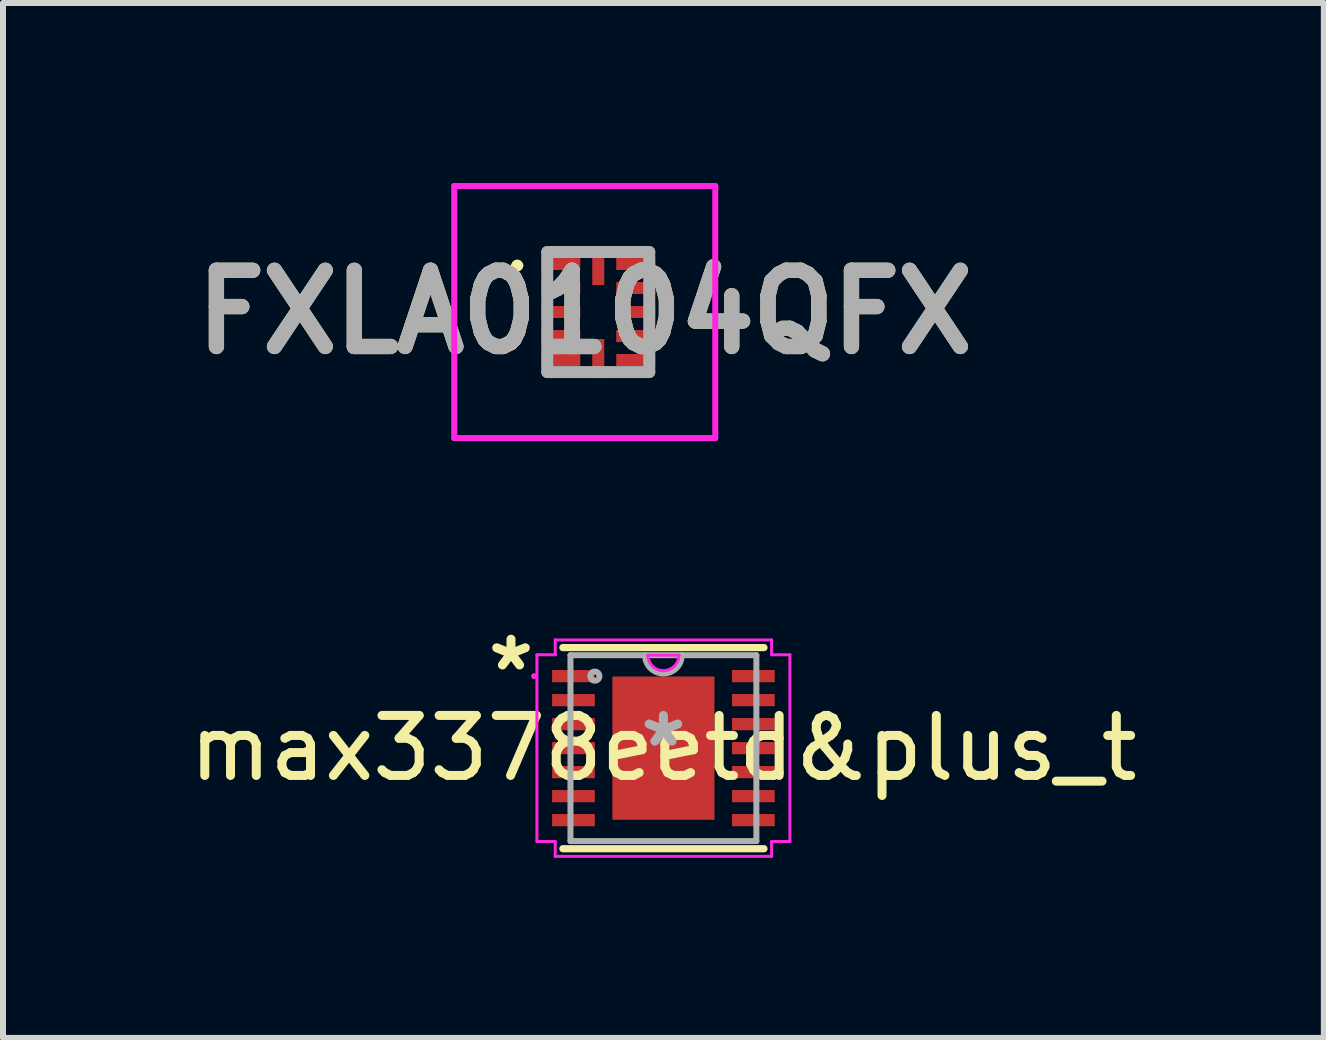
<source format=kicad_pcb>
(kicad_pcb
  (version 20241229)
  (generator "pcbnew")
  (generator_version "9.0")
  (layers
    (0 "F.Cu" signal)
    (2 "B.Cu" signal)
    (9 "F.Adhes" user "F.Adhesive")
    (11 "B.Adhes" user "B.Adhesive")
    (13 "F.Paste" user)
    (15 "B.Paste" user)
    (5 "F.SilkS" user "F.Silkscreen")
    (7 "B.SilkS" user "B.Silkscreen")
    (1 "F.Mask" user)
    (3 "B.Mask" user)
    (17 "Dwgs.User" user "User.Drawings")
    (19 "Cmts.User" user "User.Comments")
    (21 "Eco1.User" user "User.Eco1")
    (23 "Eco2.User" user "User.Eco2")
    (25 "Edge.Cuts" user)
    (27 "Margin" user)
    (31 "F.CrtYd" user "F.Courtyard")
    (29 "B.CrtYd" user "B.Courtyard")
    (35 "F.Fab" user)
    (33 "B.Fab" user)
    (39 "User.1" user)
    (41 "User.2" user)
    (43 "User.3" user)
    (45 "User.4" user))
  (footprint "max3378eetd&plus_t"
    (layer "F.Cu")
    (at 8.006 9.418)
    (property "Reference" "max3378eetd&plus_t" (at 0 0 0) (layer "F.SilkS") (effects (font (size 1 1) (thickness 0.15))))
    (attr smd)
    (fp_line (start -1.676 1.676) (end 1.676 1.676) (stroke (width 0.12) (type solid)) (layer "F.SilkS"))
    (fp_line (start 1.676 -1.676) (end -1.676 -1.676) (stroke (width 0.12) (type solid)) (layer "F.SilkS"))
    (fp_line (start -2.108 -1.556) (end -1.803 -1.556) (stroke (width 0.05) (type solid)) (layer "F.CrtYd"))
    (fp_line (start -2.108 1.556) (end -2.108 -1.556) (stroke (width 0.05) (type solid)) (layer "F.CrtYd"))
    (fp_line (start -1.803 -1.803) (end 1.803 -1.803) (stroke (width 0.05) (type solid)) (layer "F.CrtYd"))
    (fp_line (start -1.803 -1.556) (end -1.803 -1.803) (stroke (width 0.05) (type solid)) (layer "F.CrtYd"))
    (fp_line (start -1.803 1.556) (end -2.108 1.556) (stroke (width 0.05) (type solid)) (layer "F.CrtYd"))
    (fp_line (start -1.803 1.803) (end -1.803 1.556) (stroke (width 0.05) (type solid)) (layer "F.CrtYd"))
    (fp_line (start -0.258 -1.549) (end 0.258 -1.549) (stroke (width 0.05) (type solid)) (layer "F.CrtYd"))
    (fp_line (start 1.803 -1.803) (end 1.803 -1.556) (stroke (width 0.05) (type solid)) (layer "F.CrtYd"))
    (fp_line (start 1.803 -1.556) (end 2.108 -1.556) (stroke (width 0.05) (type solid)) (layer "F.CrtYd"))
    (fp_line (start 1.803 1.556) (end 1.803 1.803) (stroke (width 0.05) (type solid)) (layer "F.CrtYd"))
    (fp_line (start 1.803 1.803) (end -1.803 1.803) (stroke (width 0.05) (type solid)) (layer "F.CrtYd"))
    (fp_line (start 2.108 -1.556) (end 2.108 1.556) (stroke (width 0.05) (type solid)) (layer "F.CrtYd"))
    (fp_line (start 2.108 1.556) (end 1.803 1.556) (stroke (width 0.05) (type solid)) (layer "F.CrtYd"))
    (fp_arc (start 0.258233 -1.5494) (mid 0 -1.291167) (end -0.258233 -1.5494) (stroke (width 0.05) (type solid)) (layer "F.CrtYd"))
    (fp_circle (center -2.156 -1.2) (end -2.156 -1.2) (stroke (width 0.05) (type solid)) (fill no) (layer "F.CrtYd"))
    (fp_line (start -1.549 -1.549) (end -1.549 1.549) (stroke (width 0.1) (type solid)) (layer "F.Fab"))
    (fp_line (start -1.549 1.549) (end 1.549 1.549) (stroke (width 0.1) (type solid)) (layer "F.Fab"))
    (fp_line (start 1.549 -1.549) (end -1.549 -1.549) (stroke (width 0.1) (type solid)) (layer "F.Fab"))
    (fp_line (start 1.549 1.549) (end 1.549 -1.549) (stroke (width 0.1) (type solid)) (layer "F.Fab"))
    (fp_arc (start 0.3048 -1.5494) (mid 0 -1.2446) (end -0.3048 -1.5494) (stroke (width 0.1) (type solid)) (layer "F.Fab"))
    (fp_circle (center -1.143 -1.2) (end -1.067 -1.2) (stroke (width 0.1) (type solid)) (fill no) (layer "F.Fab"))
    (fp_text user "*" (at -2.54 -1.27 0) (layer "F.SilkS") (effects (font (size 1 1) (thickness 0.15))))
    (fp_text user "*" (at 0 0 0) (layer "F.Fab") (effects (font (size 1 1) (thickness 0.15))))
    (pad "1" smd rect (at -1.499 -1.2) (size 0.711 0.203) (layers "F.Cu" "F.Mask" "F.Paste"))
    (pad "2" smd rect (at -1.499 -0.8) (size 0.711 0.203) (layers "F.Cu" "F.Mask" "F.Paste"))
    (pad "3" smd rect (at -1.499 -0.4) (size 0.711 0.203) (layers "F.Cu" "F.Mask" "F.Paste"))
    (pad "4" smd rect (at -1.499 0) (size 0.711 0.203) (layers "F.Cu" "F.Mask" "F.Paste"))
    (pad "5" smd rect (at -1.499 0.4) (size 0.711 0.203) (layers "F.Cu" "F.Mask" "F.Paste"))
    (pad "6" smd rect (at -1.499 0.8) (size 0.711 0.203) (layers "F.Cu" "F.Mask" "F.Paste"))
    (pad "7" smd rect (at -1.499 1.2) (size 0.711 0.203) (layers "F.Cu" "F.Mask" "F.Paste"))
    (pad "8" smd rect (at 1.499 1.2) (size 0.711 0.203) (layers "F.Cu" "F.Mask" "F.Paste"))
    (pad "9" smd rect (at 1.499 0.8) (size 0.711 0.203) (layers "F.Cu" "F.Mask" "F.Paste"))
    (pad "10" smd rect (at 1.499 0.4) (size 0.711 0.203) (layers "F.Cu" "F.Mask" "F.Paste"))
    (pad "11" smd rect (at 1.499 0) (size 0.711 0.203) (layers "F.Cu" "F.Mask" "F.Paste"))
    (pad "12" smd rect (at 1.499 -0.4) (size 0.711 0.203) (layers "F.Cu" "F.Mask" "F.Paste"))
    (pad "13" smd rect (at 1.499 -0.8) (size 0.711 0.203) (layers "F.Cu" "F.Mask" "F.Paste"))
    (pad "14" smd rect (at 1.499 -1.2) (size 0.711 0.203) (layers "F.Cu" "F.Mask" "F.Paste"))
    (pad "15" smd rect (at 0 0) (size 1.702 2.388) (layers "F.Cu" "F.Mask" "F.Paste")))
  (footprint "FXLA0104QFX"
    (layer "F.Cu")
    (at 6.92 2.15)
    (property "Reference" "FXLA0104QFX" (at -0.225 0 0) (layer "F.SilkS") (effects (font (size 1.27 1.27) (thickness 0.254))))
    (attr smd)
    (fp_line (start -1.4 -0.775) (end -1.4 -0.775) (stroke (width 0.1) (type solid)) (layer "F.SilkS"))
    (fp_line (start -1.3 -0.775) (end -1.3 -0.775) (stroke (width 0.1) (type solid)) (layer "F.SilkS"))
    (fp_arc (start -1.4 -0.775) (mid -1.35 -0.825) (end -1.3 -0.775) (stroke (width 0.1) (type solid)) (layer "F.SilkS"))
    (fp_arc (start -1.3 -0.775) (mid -1.35 -0.725) (end -1.4 -0.775) (stroke (width 0.1) (type solid)) (layer "F.SilkS"))
    (fp_line (start -2.4 -2.1) (end 1.95 -2.1) (stroke (width 0.1) (type solid)) (layer "F.CrtYd"))
    (fp_line (start -2.4 2.1) (end -2.4 -2.1) (stroke (width 0.1) (type solid)) (layer "F.CrtYd"))
    (fp_line (start 1.95 -2.1) (end 1.95 2.1) (stroke (width 0.1) (type solid)) (layer "F.CrtYd"))
    (fp_line (start 1.95 2.1) (end -2.4 2.1) (stroke (width 0.1) (type solid)) (layer "F.CrtYd"))
    (fp_line (start -0.85 -1) (end 0.85 -1) (stroke (width 0.2) (type solid)) (layer "F.Fab"))
    (fp_line (start -0.85 1) (end -0.85 -1) (stroke (width 0.2) (type solid)) (layer "F.Fab"))
    (fp_line (start 0.85 -1) (end 0.85 1) (stroke (width 0.2) (type solid)) (layer "F.Fab"))
    (fp_line (start 0.85 1) (end -0.85 1) (stroke (width 0.2) (type solid)) (layer "F.Fab"))
    (fp_text user "${REFERENCE}" (at -0.225 0 0) (layer "F.Fab") (effects (font (size 1.27 1.27) (thickness 0.254))))
    (pad "1" smd rect (at -0.625 -0.8 90) (size 0.2 0.65) (layers "F.Cu" "F.Mask" "F.Paste"))
    (pad "2" smd rect (at -0.625 -0.4 90) (size 0.2 0.65) (layers "F.Cu" "F.Mask" "F.Paste"))
    (pad "3" smd rect (at -0.625 0 90) (size 0.2 0.65) (layers "F.Cu" "F.Mask" "F.Paste"))
    (pad "4" smd rect (at -0.625 0.4 90) (size 0.2 0.65) (layers "F.Cu" "F.Mask" "F.Paste"))
    (pad "5" smd rect (at -0.625 0.8 90) (size 0.2 0.65) (layers "F.Cu" "F.Mask" "F.Paste"))
    (pad "6" smd rect (at 0 0.775) (size 0.2 0.65) (layers "F.Cu" "F.Mask" "F.Paste"))
    (pad "7" smd rect (at 0.625 0.8 90) (size 0.2 0.65) (layers "F.Cu" "F.Mask" "F.Paste"))
    (pad "8" smd rect (at 0.625 0.4 90) (size 0.2 0.65) (layers "F.Cu" "F.Mask" "F.Paste"))
    (pad "9" smd rect (at 0.625 0 90) (size 0.2 0.65) (layers "F.Cu" "F.Mask" "F.Paste"))
    (pad "10" smd rect (at 0.625 -0.4 90) (size 0.2 0.65) (layers "F.Cu" "F.Mask" "F.Paste"))
    (pad "11" smd rect (at 0.625 -0.8 90) (size 0.2 0.65) (layers "F.Cu" "F.Mask" "F.Paste"))
    (pad "12" smd rect (at 0 -0.775) (size 0.2 0.65) (layers "F.Cu" "F.Mask" "F.Paste")))
  (gr_rect
    (start -3 -3)
    (end 19.012 14.247)
    (stroke (width 0.1) (type default))
    (fill no)
    (layer "Edge.Cuts")))
</source>
